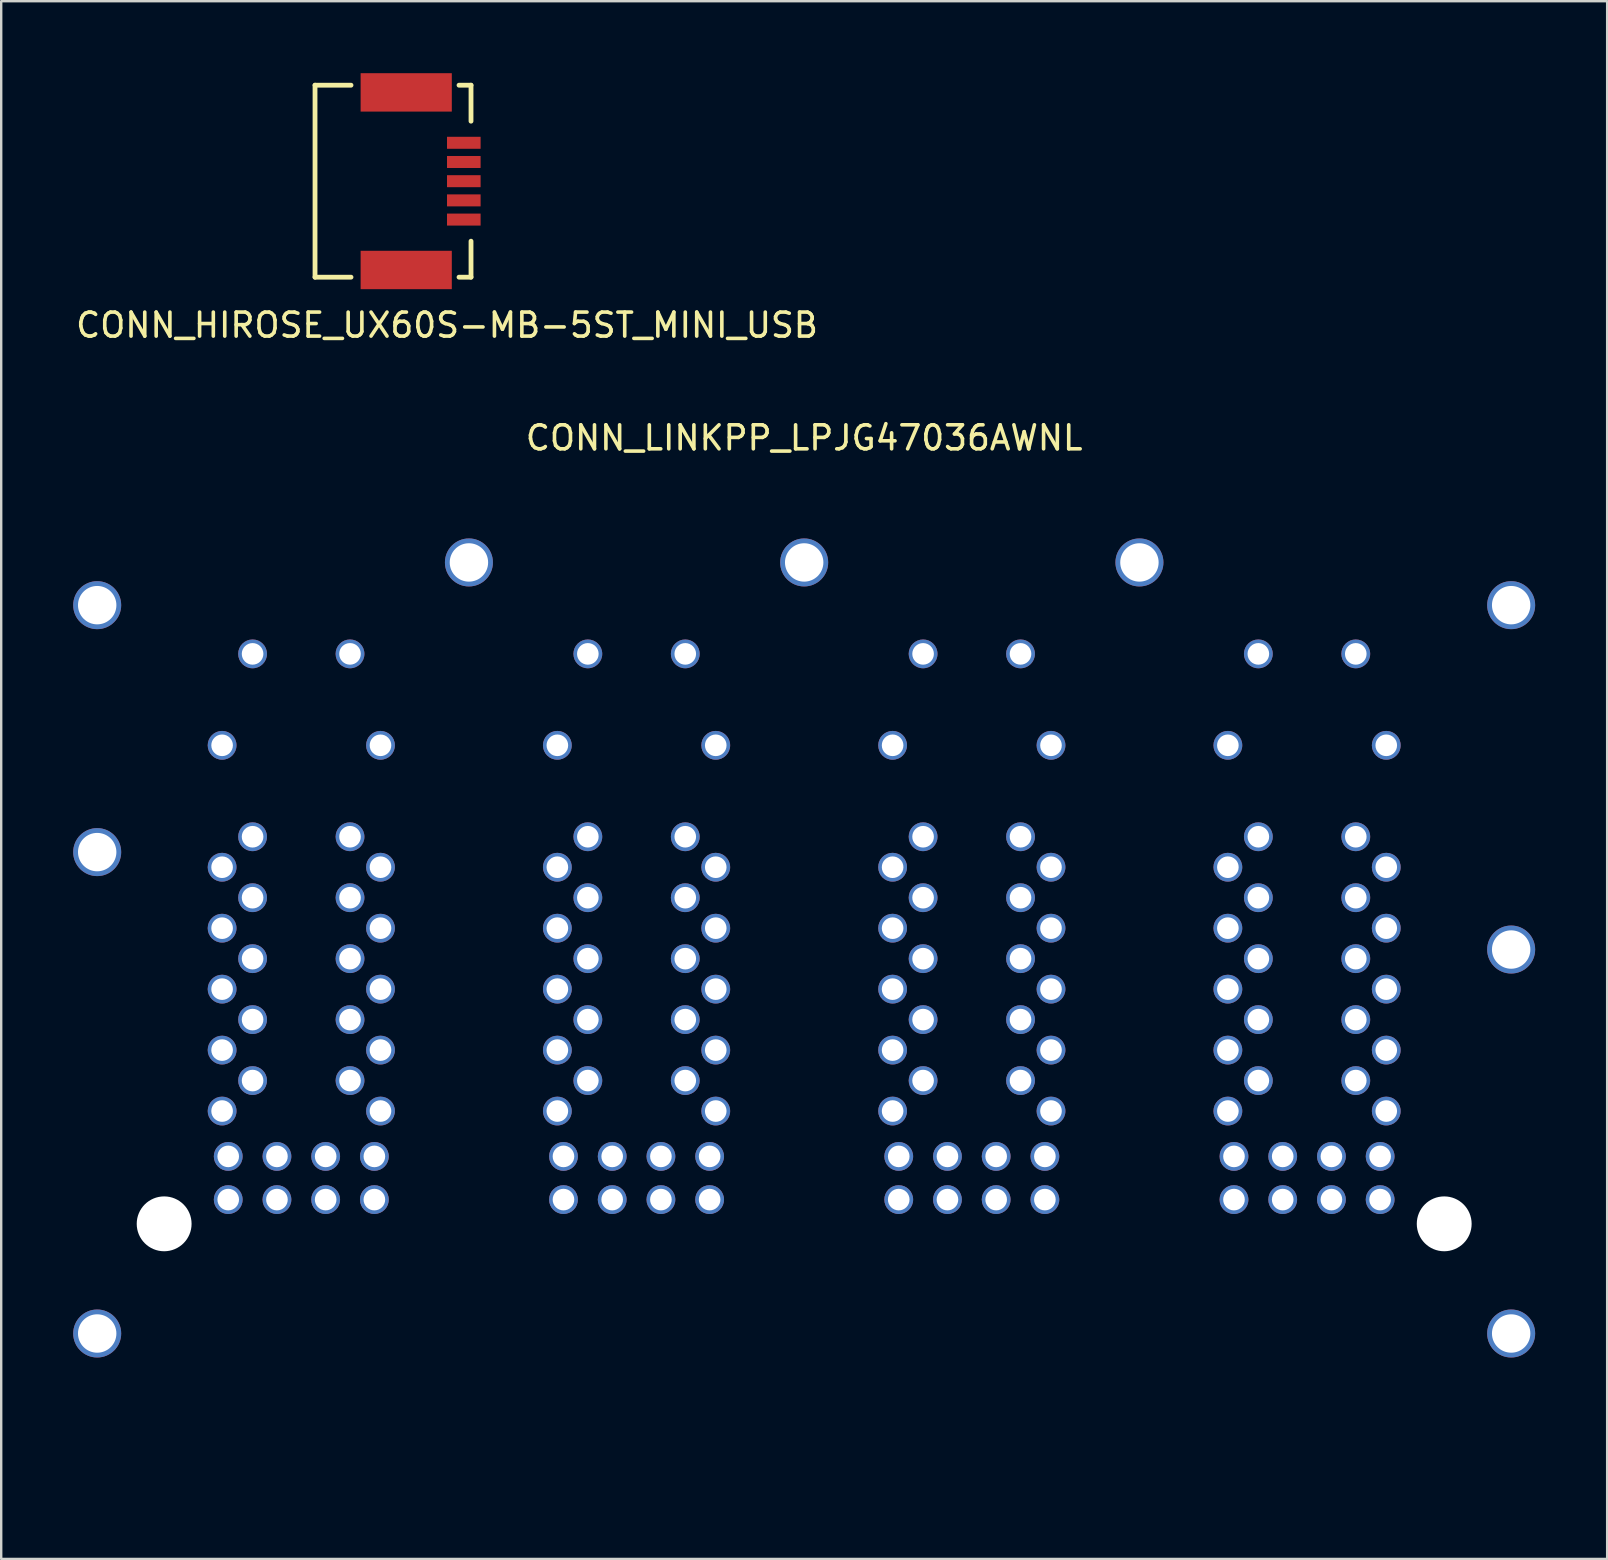
<source format=kicad_pcb>
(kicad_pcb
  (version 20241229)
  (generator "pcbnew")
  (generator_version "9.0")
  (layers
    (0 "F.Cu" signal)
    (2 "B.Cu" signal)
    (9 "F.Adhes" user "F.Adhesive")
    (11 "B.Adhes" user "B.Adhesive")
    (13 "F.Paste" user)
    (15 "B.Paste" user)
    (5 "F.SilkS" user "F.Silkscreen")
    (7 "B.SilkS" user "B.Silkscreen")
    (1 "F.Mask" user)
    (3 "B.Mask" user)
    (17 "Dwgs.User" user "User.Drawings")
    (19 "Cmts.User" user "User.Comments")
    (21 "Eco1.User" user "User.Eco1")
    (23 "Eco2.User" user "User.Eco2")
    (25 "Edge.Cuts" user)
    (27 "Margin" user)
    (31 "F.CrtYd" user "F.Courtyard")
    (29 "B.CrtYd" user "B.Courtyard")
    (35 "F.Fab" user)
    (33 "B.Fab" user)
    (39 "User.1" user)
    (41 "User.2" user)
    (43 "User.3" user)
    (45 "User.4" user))
  (footprint "CONN_LINKPP_LPJG47036AWNL"
    (layer "F.Cu")
    (at 30.46 47.947)
    (property "Reference" "CONN_LINKPP_LPJG47036AWNL" (at 0 -32.75 0) (unlocked yes) (layer "F.SilkS") (effects (font (size 1 1) (thickness 0.15))))
    (attr through_hole)
    (fp_line (start -30 10.89) (end 30 10.89) (stroke (width 0.15) (type default)) (layer "User.1"))
    (fp_text user "Connector face" (at 0 10.25 0) (unlocked yes) (layer "User.1") (effects (font (size 1 1) (thickness 0.15)) (justify bottom)))
    (fp_text user "BDFH" (at 0 3.25 0) (unlocked yes) (layer "User.1") (effects (font (size 0.75 0.75) (thickness 0.1)) (justify bottom)))
    (fp_text user "FIXME EXTRA PINS??" (at 0 -21 0) (unlocked yes) (layer "User.1") (effects (font (size 1 1) (thickness 0.15)) (justify bottom)))
    (fp_text user "ACEG" (at 0 4.5 0) (unlocked yes) (layer "User.1") (effects (font (size 0.75 0.75) (thickness 0.1)) (justify bottom)))
    (fp_text user "PORT LAYOUT (front view)" (at 0 2 0) (unlocked yes) (layer "User.1") (effects (font (size 0.75 0.75) (thickness 0.1)) (justify bottom)))
    (pad "" np_thru_hole circle (at -26.67 0) (size 2.286 2.286) (drill 3.25) (layers "*.Cu" "*.Mask"))
    (pad "" np_thru_hole circle (at 26.67 0) (size 2.286 2.286) (drill 3.25) (layers "*.Cu" "*.Mask"))
    (pad "A1" thru_hole circle (at -24.255 -4.7) (size 1.2 1.2) (drill 0.9) (layers "*.Cu" "*.Mask"))
    (pad "A2" thru_hole circle (at -22.985 -5.97) (size 1.2 1.2) (drill 0.9) (layers "*.Cu" "*.Mask"))
    (pad "A3" thru_hole circle (at -24.255 -7.24) (size 1.2 1.2) (drill 0.9) (layers "*.Cu" "*.Mask"))
    (pad "A4" thru_hole circle (at -22.985 -8.51 90) (size 1.2 1.2) (drill 0.9) (layers "*.Cu" "*.Mask"))
    (pad "A5" thru_hole circle (at -24.255 -9.78) (size 1.2 1.2) (drill 0.9) (layers "*.Cu" "*.Mask"))
    (pad "A6" thru_hole circle (at -22.985 -11.05) (size 1.2 1.2) (drill 0.9) (layers "*.Cu" "*.Mask"))
    (pad "A7" thru_hole circle (at -24.255 -12.32) (size 1.2 1.2) (drill 0.9) (layers "*.Cu" "*.Mask"))
    (pad "A8" thru_hole circle (at -22.985 -13.59) (size 1.2 1.2) (drill 0.9) (layers "*.Cu" "*.Mask"))
    (pad "A9" thru_hole circle (at -24.255 -14.86) (size 1.2 1.2) (drill 0.9) (layers "*.Cu" "*.Mask"))
    (pad "A10" thru_hole circle (at -22.985 -16.13) (size 1.2 1.2) (drill 0.9) (layers "*.Cu" "*.Mask"))
    (pad "A11" thru_hole circle (at -24.255 -19.94) (size 1.2 1.2) (drill 0.9) (layers "*.Cu" "*.Mask"))
    (pad "A12" thru_hole circle (at -22.985 -23.75) (size 1.2 1.2) (drill 0.9) (layers "*.Cu" "*.Mask"))
    (pad "A13" thru_hole circle (at -17.91 -1.01) (size 1.2 1.2) (drill 0.9) (layers "*.Cu" "*.Mask"))
    (pad "A14" thru_hole circle (at -19.94 -1.01) (size 1.2 1.2) (drill 0.9) (layers "*.Cu" "*.Mask"))
    (pad "A15" thru_hole circle (at -21.97 -1.01) (size 1.2 1.2) (drill 0.9) (layers "*.Cu" "*.Mask"))
    (pad "A16" thru_hole circle (at -24 -1.01) (size 1.2 1.2) (drill 0.9) (layers "*.Cu" "*.Mask"))
    (pad "B1" thru_hole circle (at -17.655 -4.7) (size 1.2 1.2) (drill 0.9) (layers "*.Cu" "*.Mask"))
    (pad "B2" thru_hole circle (at -18.925 -5.97) (size 1.2 1.2) (drill 0.9) (layers "*.Cu" "*.Mask"))
    (pad "B3" thru_hole circle (at -17.655 -7.24) (size 1.2 1.2) (drill 0.9) (layers "*.Cu" "*.Mask"))
    (pad "B4" thru_hole circle (at -18.925 -8.51) (size 1.2 1.2) (drill 0.9) (layers "*.Cu" "*.Mask"))
    (pad "B5" thru_hole circle (at -17.655 -9.78) (size 1.2 1.2) (drill 0.9) (layers "*.Cu" "*.Mask"))
    (pad "B6" thru_hole circle (at -18.925 -11.05) (size 1.2 1.2) (drill 0.9) (layers "*.Cu" "*.Mask"))
    (pad "B7" thru_hole circle (at -17.655 -12.32) (size 1.2 1.2) (drill 0.9) (layers "*.Cu" "*.Mask"))
    (pad "B8" thru_hole circle (at -18.925 -13.59) (size 1.2 1.2) (drill 0.9) (layers "*.Cu" "*.Mask"))
    (pad "B9" thru_hole circle (at -17.655 -14.86) (size 1.2 1.2) (drill 0.9) (layers "*.Cu" "*.Mask"))
    (pad "B10" thru_hole circle (at -18.925 -16.13) (size 1.2 1.2) (drill 0.9) (layers "*.Cu" "*.Mask"))
    (pad "B11" thru_hole circle (at -17.655 -19.94) (size 1.2 1.2) (drill 0.9) (layers "*.Cu" "*.Mask"))
    (pad "B12" thru_hole circle (at -18.925 -23.75) (size 1.2 1.2) (drill 0.9) (layers "*.Cu" "*.Mask"))
    (pad "B13" thru_hole circle (at -17.91 -2.81) (size 1.2 1.2) (drill 0.9) (layers "*.Cu" "*.Mask"))
    (pad "B14" thru_hole circle (at -19.94 -2.81) (size 1.2 1.2) (drill 0.9) (layers "*.Cu" "*.Mask"))
    (pad "B15" thru_hole circle (at -21.97 -2.81) (size 1.2 1.2) (drill 0.9) (layers "*.Cu" "*.Mask"))
    (pad "B16" thru_hole circle (at -24 -2.81) (size 1.2 1.2) (drill 0.9) (layers "*.Cu" "*.Mask"))
    (pad "C1" thru_hole circle (at -10.285 -4.7) (size 1.2 1.2) (drill 0.9) (layers "*.Cu" "*.Mask"))
    (pad "C2" thru_hole circle (at -9.015 -5.97) (size 1.2 1.2) (drill 0.9) (layers "*.Cu" "*.Mask"))
    (pad "C3" thru_hole circle (at -10.285 -7.24) (size 1.2 1.2) (drill 0.9) (layers "*.Cu" "*.Mask"))
    (pad "C4" thru_hole circle (at -9.015 -8.51) (size 1.2 1.2) (drill 0.9) (layers "*.Cu" "*.Mask"))
    (pad "C5" thru_hole circle (at -10.285 -9.78) (size 1.2 1.2) (drill 0.9) (layers "*.Cu" "*.Mask"))
    (pad "C6" thru_hole circle (at -9.015 -11.05) (size 1.2 1.2) (drill 0.9) (layers "*.Cu" "*.Mask"))
    (pad "C7" thru_hole circle (at -10.285 -12.32) (size 1.2 1.2) (drill 0.9) (layers "*.Cu" "*.Mask"))
    (pad "C8" thru_hole circle (at -9.015 -13.59) (size 1.2 1.2) (drill 0.9) (layers "*.Cu" "*.Mask"))
    (pad "C9" thru_hole circle (at -10.285 -14.86) (size 1.2 1.2) (drill 0.9) (layers "*.Cu" "*.Mask"))
    (pad "C10" thru_hole circle (at -9.015 -16.13) (size 1.2 1.2) (drill 0.9) (layers "*.Cu" "*.Mask"))
    (pad "C11" thru_hole circle (at -10.285 -19.94) (size 1.2 1.2) (drill 0.9) (layers "*.Cu" "*.Mask"))
    (pad "C12" thru_hole circle (at -9.015 -23.75) (size 1.2 1.2) (drill 0.9) (layers "*.Cu" "*.Mask"))
    (pad "C13" thru_hole circle (at -3.94 -1.01) (size 1.2 1.2) (drill 0.9) (layers "*.Cu" "*.Mask"))
    (pad "C14" thru_hole circle (at -5.97 -1.01) (size 1.2 1.2) (drill 0.9) (layers "*.Cu" "*.Mask"))
    (pad "C15" thru_hole circle (at -8 -1.01) (size 1.2 1.2) (drill 0.9) (layers "*.Cu" "*.Mask"))
    (pad "C16" thru_hole circle (at -10.03 -1.01) (size 1.2 1.2) (drill 0.9) (layers "*.Cu" "*.Mask"))
    (pad "D1" thru_hole circle (at -3.685 -4.7) (size 1.2 1.2) (drill 0.9) (layers "*.Cu" "*.Mask"))
    (pad "D2" thru_hole circle (at -4.955 -5.97) (size 1.2 1.2) (drill 0.9) (layers "*.Cu" "*.Mask"))
    (pad "D3" thru_hole circle (at -3.685 -7.24) (size 1.2 1.2) (drill 0.9) (layers "*.Cu" "*.Mask"))
    (pad "D4" thru_hole circle (at -4.955 -8.51) (size 1.2 1.2) (drill 0.9) (layers "*.Cu" "*.Mask"))
    (pad "D5" thru_hole circle (at -3.685 -9.78) (size 1.2 1.2) (drill 0.9) (layers "*.Cu" "*.Mask"))
    (pad "D6" thru_hole circle (at -4.955 -11.05) (size 1.2 1.2) (drill 0.9) (layers "*.Cu" "*.Mask"))
    (pad "D7" thru_hole circle (at -3.685 -12.32) (size 1.2 1.2) (drill 0.9) (layers "*.Cu" "*.Mask"))
    (pad "D8" thru_hole circle (at -4.955 -13.59) (size 1.2 1.2) (drill 0.9) (layers "*.Cu" "*.Mask"))
    (pad "D9" thru_hole circle (at -3.685 -14.86) (size 1.2 1.2) (drill 0.9) (layers "*.Cu" "*.Mask"))
    (pad "D10" thru_hole circle (at -4.955 -16.13) (size 1.2 1.2) (drill 0.9) (layers "*.Cu" "*.Mask"))
    (pad "D11" thru_hole circle (at -3.685 -19.94) (size 1.2 1.2) (drill 0.9) (layers "*.Cu" "*.Mask"))
    (pad "D12" thru_hole circle (at -4.955 -23.75) (size 1.2 1.2) (drill 0.9) (layers "*.Cu" "*.Mask"))
    (pad "D13" thru_hole circle (at -3.94 -2.81) (size 1.2 1.2) (drill 0.9) (layers "*.Cu" "*.Mask"))
    (pad "D14" thru_hole circle (at -5.97 -2.81) (size 1.2 1.2) (drill 0.9) (layers "*.Cu" "*.Mask"))
    (pad "D15" thru_hole circle (at -8 -2.81) (size 1.2 1.2) (drill 0.9) (layers "*.Cu" "*.Mask"))
    (pad "D16" thru_hole circle (at -10.03 -2.81) (size 1.2 1.2) (drill 0.9) (layers "*.Cu" "*.Mask"))
    (pad "E1" thru_hole circle (at 3.685 -4.7) (size 1.2 1.2) (drill 0.9) (layers "*.Cu" "*.Mask"))
    (pad "E2" thru_hole circle (at 4.955 -5.97) (size 1.2 1.2) (drill 0.9) (layers "*.Cu" "*.Mask"))
    (pad "E3" thru_hole circle (at 3.685 -7.24) (size 1.2 1.2) (drill 0.9) (layers "*.Cu" "*.Mask"))
    (pad "E4" thru_hole circle (at 4.955 -8.51) (size 1.2 1.2) (drill 0.9) (layers "*.Cu" "*.Mask"))
    (pad "E5" thru_hole circle (at 3.685 -9.78) (size 1.2 1.2) (drill 0.9) (layers "*.Cu" "*.Mask"))
    (pad "E6" thru_hole circle (at 4.955 -11.05) (size 1.2 1.2) (drill 0.9) (layers "*.Cu" "*.Mask"))
    (pad "E7" thru_hole circle (at 3.685 -12.32) (size 1.2 1.2) (drill 0.9) (layers "*.Cu" "*.Mask"))
    (pad "E8" thru_hole circle (at 4.955 -13.59) (size 1.2 1.2) (drill 0.9) (layers "*.Cu" "*.Mask"))
    (pad "E9" thru_hole circle (at 3.685 -14.86) (size 1.2 1.2) (drill 0.9) (layers "*.Cu" "*.Mask"))
    (pad "E10" thru_hole circle (at 4.955 -16.13) (size 1.2 1.2) (drill 0.9) (layers "*.Cu" "*.Mask"))
    (pad "E11" thru_hole circle (at 3.685 -19.94) (size 1.2 1.2) (drill 0.9) (layers "*.Cu" "*.Mask"))
    (pad "E12" thru_hole circle (at 4.955 -23.75) (size 1.2 1.2) (drill 0.9) (layers "*.Cu" "*.Mask"))
    (pad "E13" thru_hole circle (at 10.03 -1.01) (size 1.2 1.2) (drill 0.9) (layers "*.Cu" "*.Mask"))
    (pad "E14" thru_hole circle (at 8 -1.01) (size 1.2 1.2) (drill 0.9) (layers "*.Cu" "*.Mask"))
    (pad "E15" thru_hole circle (at 5.97 -1.01) (size 1.2 1.2) (drill 0.9) (layers "*.Cu" "*.Mask"))
    (pad "E16" thru_hole circle (at 3.94 -1.01) (size 1.2 1.2) (drill 0.9) (layers "*.Cu" "*.Mask"))
    (pad "F1" thru_hole circle (at 10.285 -4.7) (size 1.2 1.2) (drill 0.9) (layers "*.Cu" "*.Mask"))
    (pad "F2" thru_hole circle (at 9.015 -5.97) (size 1.2 1.2) (drill 0.9) (layers "*.Cu" "*.Mask"))
    (pad "F3" thru_hole circle (at 10.285 -7.24) (size 1.2 1.2) (drill 0.9) (layers "*.Cu" "*.Mask"))
    (pad "F4" thru_hole circle (at 9.015 -8.51) (size 1.2 1.2) (drill 0.9) (layers "*.Cu" "*.Mask"))
    (pad "F5" thru_hole circle (at 10.285 -9.78) (size 1.2 1.2) (drill 0.9) (layers "*.Cu" "*.Mask"))
    (pad "F6" thru_hole circle (at 9.015 -11.05) (size 1.2 1.2) (drill 0.9) (layers "*.Cu" "*.Mask"))
    (pad "F7" thru_hole circle (at 10.285 -12.32) (size 1.2 1.2) (drill 0.9) (layers "*.Cu" "*.Mask"))
    (pad "F8" thru_hole circle (at 9.015 -13.59) (size 1.2 1.2) (drill 0.9) (layers "*.Cu" "*.Mask"))
    (pad "F9" thru_hole circle (at 10.285 -14.86) (size 1.2 1.2) (drill 0.9) (layers "*.Cu" "*.Mask"))
    (pad "F10" thru_hole circle (at 9.015 -16.13) (size 1.2 1.2) (drill 0.9) (layers "*.Cu" "*.Mask"))
    (pad "F11" thru_hole circle (at 10.285 -19.94) (size 1.2 1.2) (drill 0.9) (layers "*.Cu" "*.Mask"))
    (pad "F12" thru_hole circle (at 9.015 -23.75) (size 1.2 1.2) (drill 0.9) (layers "*.Cu" "*.Mask"))
    (pad "F13" thru_hole circle (at 10.03 -2.81) (size 1.2 1.2) (drill 0.9) (layers "*.Cu" "*.Mask"))
    (pad "F14" thru_hole circle (at 8 -2.81) (size 1.2 1.2) (drill 0.9) (layers "*.Cu" "*.Mask"))
    (pad "F15" thru_hole circle (at 5.97 -2.81) (size 1.2 1.2) (drill 0.9) (layers "*.Cu" "*.Mask"))
    (pad "F16" thru_hole circle (at 3.94 -2.81) (size 1.2 1.2) (drill 0.9) (layers "*.Cu" "*.Mask"))
    (pad "G1" thru_hole circle (at 17.655 -4.7) (size 1.2 1.2) (drill 0.9) (layers "*.Cu" "*.Mask"))
    (pad "G2" thru_hole circle (at 18.925 -5.97) (size 1.2 1.2) (drill 0.9) (layers "*.Cu" "*.Mask"))
    (pad "G3" thru_hole circle (at 17.655 -7.24) (size 1.2 1.2) (drill 0.9) (layers "*.Cu" "*.Mask"))
    (pad "G4" thru_hole circle (at 18.925 -8.51) (size 1.2 1.2) (drill 0.9) (layers "*.Cu" "*.Mask"))
    (pad "G5" thru_hole circle (at 17.655 -9.78) (size 1.2 1.2) (drill 0.9) (layers "*.Cu" "*.Mask"))
    (pad "G6" thru_hole circle (at 18.925 -11.05) (size 1.2 1.2) (drill 0.9) (layers "*.Cu" "*.Mask"))
    (pad "G7" thru_hole circle (at 17.655 -12.32) (size 1.2 1.2) (drill 0.9) (layers "*.Cu" "*.Mask"))
    (pad "G8" thru_hole circle (at 18.925 -13.59) (size 1.2 1.2) (drill 0.9) (layers "*.Cu" "*.Mask"))
    (pad "G9" thru_hole circle (at 17.655 -14.86) (size 1.2 1.2) (drill 0.9) (layers "*.Cu" "*.Mask"))
    (pad "G10" thru_hole circle (at 18.925 -16.13) (size 1.2 1.2) (drill 0.9) (layers "*.Cu" "*.Mask"))
    (pad "G11" thru_hole circle (at 17.655 -19.94) (size 1.2 1.2) (drill 0.9) (layers "*.Cu" "*.Mask"))
    (pad "G12" thru_hole circle (at 18.925 -23.75) (size 1.2 1.2) (drill 0.9) (layers "*.Cu" "*.Mask"))
    (pad "G13" thru_hole circle (at 24 -1.01) (size 1.2 1.2) (drill 0.9) (layers "*.Cu" "*.Mask"))
    (pad "G14" thru_hole circle (at 21.97 -1.01) (size 1.2 1.2) (drill 0.9) (layers "*.Cu" "*.Mask"))
    (pad "G15" thru_hole circle (at 19.94 -1.01) (size 1.2 1.2) (drill 0.9) (layers "*.Cu" "*.Mask"))
    (pad "G16" thru_hole circle (at 17.91 -1.01) (size 1.2 1.2) (drill 0.9) (layers "*.Cu" "*.Mask"))
    (pad "H1" thru_hole circle (at 24.255 -4.7) (size 1.2 1.2) (drill 0.9) (layers "*.Cu" "*.Mask"))
    (pad "H2" thru_hole circle (at 22.985 -5.97) (size 1.2 1.2) (drill 0.9) (layers "*.Cu" "*.Mask"))
    (pad "H3" thru_hole circle (at 24.255 -7.24) (size 1.2 1.2) (drill 0.9) (layers "*.Cu" "*.Mask"))
    (pad "H4" thru_hole circle (at 22.985 -8.51) (size 1.2 1.2) (drill 0.9) (layers "*.Cu" "*.Mask"))
    (pad "H5" thru_hole circle (at 24.255 -9.78) (size 1.2 1.2) (drill 0.9) (layers "*.Cu" "*.Mask"))
    (pad "H6" thru_hole circle (at 22.985 -11.05) (size 1.2 1.2) (drill 0.9) (layers "*.Cu" "*.Mask"))
    (pad "H7" thru_hole circle (at 24.255 -12.32) (size 1.2 1.2) (drill 0.9) (layers "*.Cu" "*.Mask"))
    (pad "H8" thru_hole circle (at 22.985 -13.59) (size 1.2 1.2) (drill 0.9) (layers "*.Cu" "*.Mask"))
    (pad "H9" thru_hole circle (at 24.255 -14.86) (size 1.2 1.2) (drill 0.9) (layers "*.Cu" "*.Mask"))
    (pad "H10" thru_hole circle (at 22.985 -16.13) (size 1.2 1.2) (drill 0.9) (layers "*.Cu" "*.Mask"))
    (pad "H11" thru_hole circle (at 24.255 -19.94) (size 1.2 1.2) (drill 0.9) (layers "*.Cu" "*.Mask"))
    (pad "H12" thru_hole circle (at 22.985 -23.75) (size 1.2 1.2) (drill 0.9) (layers "*.Cu" "*.Mask"))
    (pad "H13" thru_hole circle (at 24 -2.81) (size 1.2 1.2) (drill 0.9) (layers "*.Cu" "*.Mask"))
    (pad "H14" thru_hole circle (at 21.97 -2.81) (size 1.2 1.2) (drill 0.9) (layers "*.Cu" "*.Mask"))
    (pad "H15" thru_hole circle (at 19.94 -2.81) (size 1.2 1.2) (drill 0.9) (layers "*.Cu" "*.Mask"))
    (pad "H16" thru_hole circle (at 17.91 -2.81) (size 1.2 1.2) (drill 0.9) (layers "*.Cu" "*.Mask"))
    (pad "SHLD" thru_hole circle (at -29.46 -25.78) (size 2 2) (drill 1.6) (layers "*.Cu" "*.Mask"))
    (pad "SHLD" thru_hole circle (at -29.46 -15.49) (size 2 2) (drill 1.6) (layers "*.Cu" "*.Mask"))
    (pad "SHLD" thru_hole circle (at -29.46 4.57) (size 2 2) (drill 1.6) (layers "*.Cu" "*.Mask"))
    (pad "SHLD" thru_hole circle (at -13.97 -27.56) (size 2 2) (drill 1.6) (layers "*.Cu" "*.Mask"))
    (pad "SHLD" thru_hole circle (at 0 -27.56) (size 2 2) (drill 1.6) (layers "*.Cu" "*.Mask"))
    (pad "SHLD" thru_hole circle (at 13.97 -27.56) (size 2 2) (drill 1.6) (layers "*.Cu" "*.Mask"))
    (pad "SHLD" thru_hole circle (at 29.46 -25.78) (size 2 2) (drill 1.6) (layers "*.Cu" "*.Mask"))
    (pad "SHLD" thru_hole circle (at 29.46 -11.43) (size 2 2) (drill 1.6) (layers "*.Cu" "*.Mask"))
    (pad "SHLD" thru_hole circle (at 29.46 4.57) (size 2 2) (drill 1.6) (layers "*.Cu" "*.Mask")))
  (footprint "CONN_HIROSE_UX60S-MB-5ST_MINI_USB"
    (layer "F.Cu")
    (at 15.577 4.5)
    (property "Reference" "CONN_HIROSE_UX60S-MB-5ST_MINI_USB" (at 0 6 0) (layer "F.SilkS") (effects (font (size 1 1) (thickness 0.15))))
    (attr through_hole)
    (fp_line (start -5.5 -4) (end -5.5 4) (stroke (width 0.2) (type solid)) (layer "F.SilkS"))
    (fp_line (start -5.5 -4) (end -4 -4) (stroke (width 0.2) (type solid)) (layer "F.SilkS"))
    (fp_line (start -5.5 4) (end -4 4) (stroke (width 0.2) (type solid)) (layer "F.SilkS"))
    (fp_line (start 1 -4) (end 0.5 -4) (stroke (width 0.2) (type solid)) (layer "F.SilkS"))
    (fp_line (start 1 -2.5) (end 1 -4) (stroke (width 0.2) (type solid)) (layer "F.SilkS"))
    (fp_line (start 1 2.5) (end 1 4) (stroke (width 0.2) (type solid)) (layer "F.SilkS"))
    (fp_line (start 1 4) (end 0.5 4) (stroke (width 0.2) (type solid)) (layer "F.SilkS"))
    (pad "1" smd rect (at 0.7 -1.6) (size 1.4 0.5) (layers "F.Cu" "F.Mask" "F.Paste"))
    (pad "2" smd rect (at 0.7 -0.8) (size 1.4 0.5) (layers "F.Cu" "F.Mask" "F.Paste"))
    (pad "3" smd rect (at 0.7 0) (size 1.4 0.5) (layers "F.Cu" "F.Mask" "F.Paste"))
    (pad "4" smd rect (at 0.7 0.8) (size 1.4 0.5) (layers "F.Cu" "F.Mask" "F.Paste"))
    (pad "5" smd rect (at 0.7 1.6) (size 1.4 0.5) (layers "F.Cu" "F.Mask" "F.Paste"))
    (pad "6" smd rect (at -1.7 -3.7) (size 3.8 1.6) (layers "F.Cu" "F.Mask" "F.Paste"))
    (pad "7" smd rect (at -1.7 3.7) (size 3.8 1.6) (layers "F.Cu" "F.Mask" "F.Paste")))
  (gr_rect
    (start -3 -3)
    (end 63.92 61.911)
    (stroke (width 0.1) (type default))
    (fill no)
    (layer "Edge.Cuts")))
</source>
